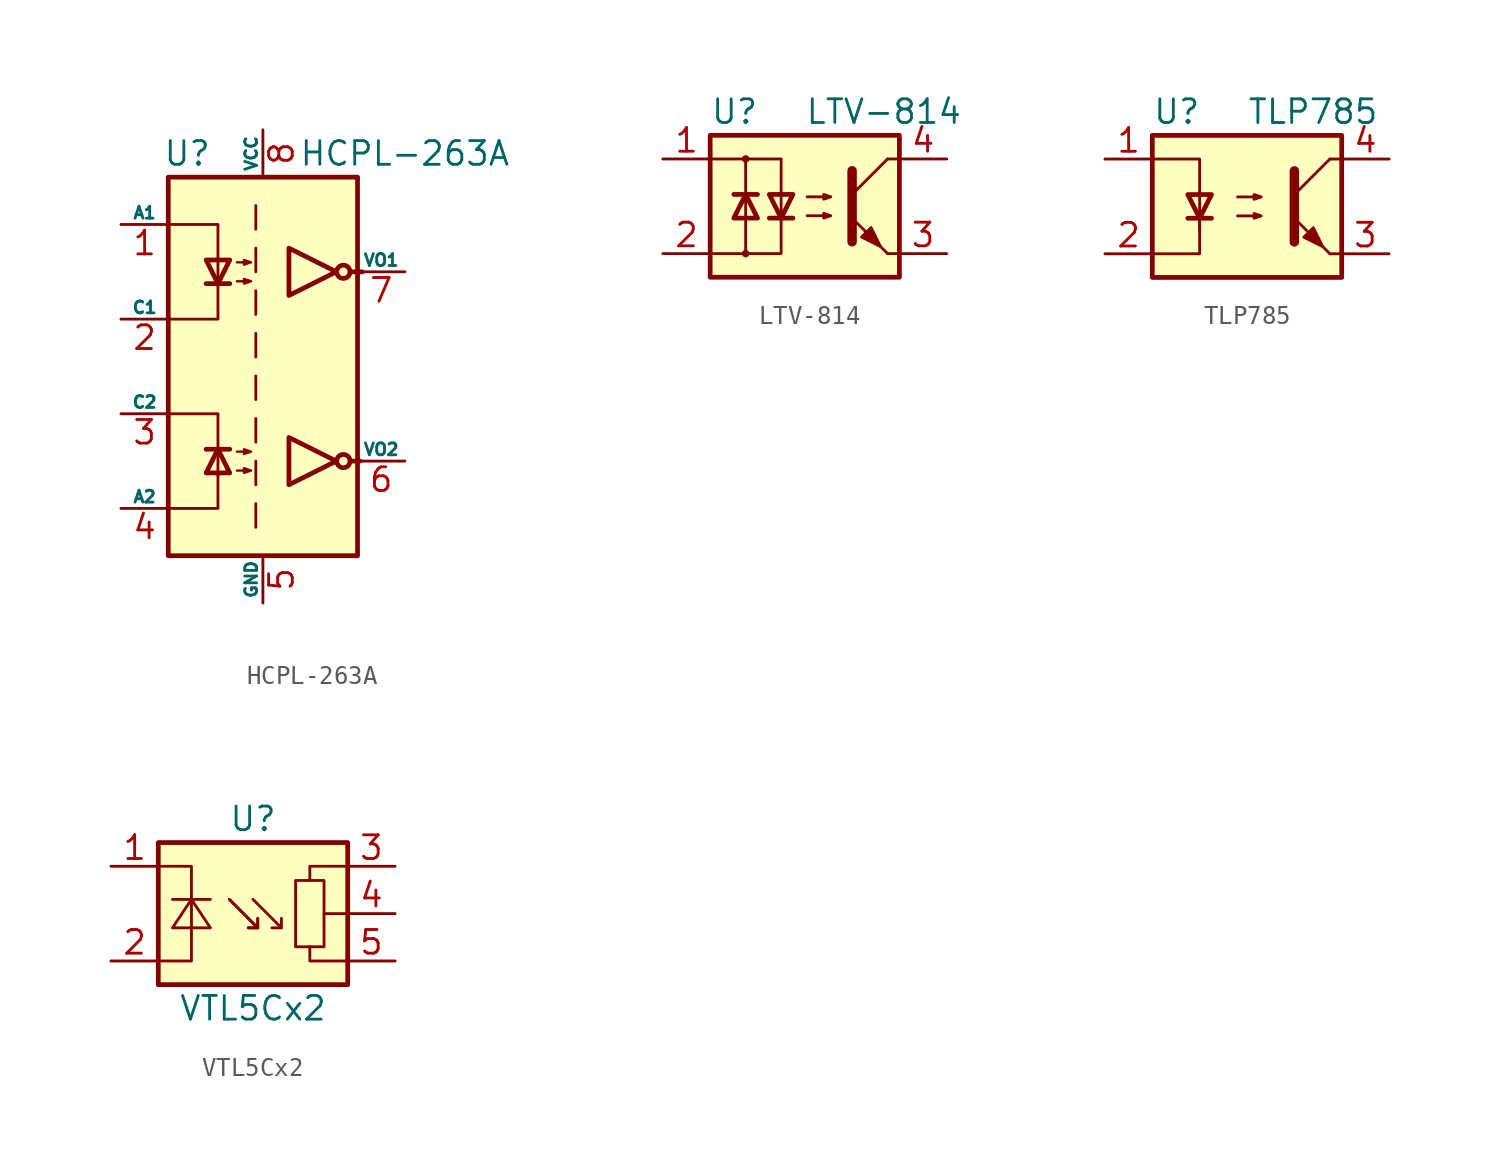
<source format=kicad_sym>
(kicad_symbol_lib
  (version 20201005)
  (generator kicad_symbol_editor)
  (symbol "Isolator_Optocoupler:HCPL-263A"
    (pin_names
      (offset 0))
    (property "Reference" "U"
      (at -4.064 11.43 0)
      (effects (font (size 1.27 1.27))))
    (property "Value" "HCPL-263A"
      (at 7.62 11.43 0)
      (effects (font (size 1.27 1.27))))
    (symbol "HCPL-263A_1_1"
      (circle (center 4.318 -5.08) (radius 0.356) (stroke (width 0.254)) (fill (type none)))
      (circle (center 4.318 5.08) (radius 0.356) (stroke (width 0.254)) (fill (type none)))
      (rectangle (start -5.08 10.16) (end 5.08 -10.16) (stroke (width 0.254)) (fill (type background)))
      (polyline (pts (xy -3.048 -4.445) (xy -1.778 -4.445)) (stroke (width 0.254)) (fill (type none)))
      (polyline (pts (xy -3.048 4.445) (xy -1.778 4.445)) (stroke (width 0.254)) (fill (type none)))
      (polyline (pts (xy -0.381 -7.366) (xy -0.381 -8.636)) (stroke (width 0)) (fill (type none)))
      (polyline (pts (xy -0.381 -5.08) (xy -0.381 -6.35)) (stroke (width 0)) (fill (type none)))
      (polyline (pts (xy -0.381 -2.794) (xy -0.381 -4.064)) (stroke (width 0)) (fill (type none)))
      (polyline (pts (xy -0.381 -0.508) (xy -0.381 -1.778)) (stroke (width 0)) (fill (type none)))
      (polyline (pts (xy -0.381 1.778) (xy -0.381 0.508)) (stroke (width 0)) (fill (type none)))
      (polyline (pts (xy -0.381 4.064) (xy -0.381 2.794)) (stroke (width 0)) (fill (type none)))
      (polyline (pts (xy -0.381 6.35) (xy -0.381 5.08)) (stroke (width 0)) (fill (type none)))
      (polyline (pts (xy -0.381 8.636) (xy -0.381 7.366)) (stroke (width 0)) (fill (type none)))
      (polyline (pts (xy 4.699 -5.08) (xy 5.207 -5.08)) (stroke (width 0.254)) (fill (type none)))
      (polyline (pts (xy 4.699 5.08) (xy 5.334 5.08)) (stroke (width 0.254)) (fill (type none)))
      (polyline (pts (xy -4.953 -7.62) (xy -2.413 -7.62) (xy -2.413 -5.715)) (stroke (width 0)) (fill (type none)))
      (polyline (pts (xy -4.953 7.62) (xy -2.413 7.62) (xy -2.413 4.318)) (stroke (width 0)) (fill (type none)))
      (polyline (pts (xy -2.413 -5.842) (xy -2.413 -2.54) (xy -4.953 -2.54)) (stroke (width 0)) (fill (type none)))
      (polyline (pts (xy -2.413 4.445) (xy -2.413 2.54) (xy -4.953 2.54)) (stroke (width 0)) (fill (type none)))
      (polyline (pts (xy -2.413 -4.445) (xy -3.048 -5.715) (xy -1.778 -5.715) (xy -2.413 -4.445)) (stroke (width 0.254)) (fill (type none)))
      (polyline (pts (xy -2.413 4.445) (xy -3.048 5.715) (xy -1.778 5.715) (xy -2.413 4.445)) (stroke (width 0.254)) (fill (type none)))
      (polyline (pts (xy 3.937 -5.08) (xy 1.397 -3.81) (xy 1.397 -6.35) (xy 3.937 -5.08)) (stroke (width 0.254)) (fill (type none)))
      (polyline (pts (xy 3.937 5.08) (xy 1.397 6.35) (xy 1.397 3.81) (xy 3.937 5.08)) (stroke (width 0.254)) (fill (type none)))
      (polyline (pts (xy -1.397 -5.588) (xy -0.635 -5.588) (xy -1.016 -5.715) (xy -1.016 -5.461) (xy -0.635 -5.588)) (stroke (width 0.127)) (fill (type none)))
      (polyline (pts (xy -1.397 -4.572) (xy -0.635 -4.572) (xy -1.016 -4.699) (xy -1.016 -4.445) (xy -0.635 -4.572)) (stroke (width 0.127)) (fill (type none)))
      (polyline (pts (xy -1.397 4.572) (xy -0.635 4.572) (xy -1.016 4.445) (xy -1.016 4.699) (xy -0.635 4.572)) (stroke (width 0.127)) (fill (type none)))
      (polyline (pts (xy -1.397 5.588) (xy -0.635 5.588) (xy -1.016 5.461) (xy -1.016 5.715) (xy -0.635 5.588)) (stroke (width 0.127)) (fill (type none)))
      (pin passive line (at -7.62 7.62 0) (length 2.54) (name "A1" (effects (font (size 0.635 0.635)))) (number "1" (effects (font (size 1.27 1.27)))))
      (pin passive line (at -7.62 2.54 0) (length 2.54) (name "C1" (effects (font (size 0.635 0.635)))) (number "2" (effects (font (size 1.27 1.27)))))
      (pin passive line (at -7.62 -2.54 0) (length 2.54) (name "C2" (effects (font (size 0.635 0.635)))) (number "3" (effects (font (size 1.27 1.27)))))
      (pin passive line (at -7.62 -7.62 0) (length 2.54) (name "A2" (effects (font (size 0.635 0.635)))) (number "4" (effects (font (size 1.27 1.27)))))
      (pin power_in line (at 0 -12.7 90) (length 2.54) (name "GND" (effects (font (size 0.635 0.635)))) (number "5" (effects (font (size 1.27 1.27)))))
      (pin open_collector line (at 7.62 -5.08 180) (length 2.54) (name "VO2" (effects (font (size 0.635 0.635)))) (number "6" (effects (font (size 1.27 1.27)))))
      (pin open_collector line (at 7.62 5.08 180) (length 2.54) (name "VO1" (effects (font (size 0.635 0.635)))) (number "7" (effects (font (size 1.27 1.27)))))
      (pin power_in line (at 0 12.7 270) (length 2.54) (name "VCC" (effects (font (size 0.635 0.635)))) (number "8" (effects (font (size 1.27 1.27)))))))
  (symbol "Isolator_Optocoupler:LTV-814"
    (property "Reference" "U"
      (at -5.08 5.08 0)
      (effects (font (size 1.27 1.27)) (justify left)))
    (property "Value" "LTV-814"
      (at 0 5.08 0)
      (effects (font (size 1.27 1.27)) (justify left)))
    (symbol "LTV-814_0_1"
      (circle (center -3.175 -2.54) (radius 0.127) (stroke (width 0)) (fill (type none)))
      (circle (center -3.175 2.54) (radius 0.127) (stroke (width 0)) (fill (type none)))
      (rectangle (start -5.08 3.81) (end 5.08 -3.81) (stroke (width 0.254)) (fill (type background)))
      (polyline (pts (xy -3.175 2.54) (xy -3.175 -2.54)) (stroke (width 0)) (fill (type none)))
      (polyline (pts (xy -1.905 -0.635) (xy -0.635 -0.635)) (stroke (width 0.254)) (fill (type none)))
      (polyline (pts (xy 2.54 0.635) (xy 4.445 2.54)) (stroke (width 0)) (fill (type none)))
      (polyline (pts (xy 4.445 -2.54) (xy 5.08 -2.54)) (stroke (width 0)) (fill (type none)))
      (polyline (pts (xy 4.445 2.54) (xy 5.08 2.54)) (stroke (width 0)) (fill (type none)))
      (polyline (pts (xy -5.08 2.54) (xy -1.27 2.54) (xy -1.27 -0.762)) (stroke (width 0)) (fill (type none)))
      (polyline (pts (xy -1.27 -0.635) (xy -1.27 -2.54) (xy -5.08 -2.54)) (stroke (width 0)) (fill (type none)))
      (polyline (pts (xy 2.54 1.905) (xy 2.54 -1.905) (xy 2.54 -1.905)) (stroke (width 0.508)) (fill (type none)))
      (polyline (pts (xy -1.27 -0.635) (xy -1.905 0.635) (xy -0.635 0.635) (xy -1.27 -0.635)) (stroke (width 0.254)) (fill (type none)))
      (polyline (pts (xy 0.127 -0.508) (xy 1.397 -0.508) (xy 1.016 -0.635) (xy 1.016 -0.381) (xy 1.397 -0.508)) (stroke (width 0)) (fill (type none)))
      (polyline (pts (xy 0.127 0.508) (xy 1.397 0.508) (xy 1.016 0.381) (xy 1.016 0.635) (xy 1.397 0.508)) (stroke (width 0)) (fill (type none)))
      (polyline (pts (xy 4.445 -2.54) (xy 2.54 -0.635)) (stroke (width 0)) (fill (type outline)))
      (polyline (pts (xy 3.048 -1.651) (xy 3.556 -1.143) (xy 4.064 -2.159) (xy 3.048 -1.651) (xy 3.048 -1.651)) (stroke (width 0)) (fill (type outline))))
    (symbol "LTV-814_1_1"
      (polyline (pts (xy -3.81 0.635) (xy -2.54 0.635)) (stroke (width 0.254)) (fill (type none)))
      (polyline (pts (xy -3.175 0.635) (xy -3.81 -0.635) (xy -2.54 -0.635) (xy -3.175 0.635)) (stroke (width 0.254)) (fill (type none)))
      (pin passive line (at -7.62 2.54 0) (length 2.54) (name "~" (effects (font (size 1.27 1.27)))) (number "1" (effects (font (size 1.27 1.27)))))
      (pin passive line (at -7.62 -2.54 0) (length 2.54) (name "~" (effects (font (size 1.27 1.27)))) (number "2" (effects (font (size 1.27 1.27)))))
      (pin passive line (at 7.62 -2.54 180) (length 2.54) (name "~" (effects (font (size 1.27 1.27)))) (number "3" (effects (font (size 1.27 1.27)))))
      (pin passive line (at 7.62 2.54 180) (length 2.54) (name "~" (effects (font (size 1.27 1.27)))) (number "4" (effects (font (size 1.27 1.27)))))))
  (symbol "Isolator_Optocoupler:TLP785"
    (property "Reference" "U"
      (at -5.08 5.08 0)
      (effects (font (size 1.27 1.27)) (justify left)))
    (property "Value" "TLP785"
      (at 0 5.08 0)
      (effects (font (size 1.27 1.27)) (justify left)))
    (symbol "TLP785_0_1"
      (rectangle (start -5.08 3.81) (end 5.08 -3.81) (stroke (width 0.254)) (fill (type background)))
      (polyline (pts (xy -3.175 -0.635) (xy -1.905 -0.635)) (stroke (width 0.254)) (fill (type none)))
      (polyline (pts (xy 2.54 0.635) (xy 4.445 2.54)) (stroke (width 0)) (fill (type none)))
      (polyline (pts (xy 4.445 -2.54) (xy 5.08 -2.54)) (stroke (width 0)) (fill (type none)))
      (polyline (pts (xy 4.445 2.54) (xy 5.08 2.54)) (stroke (width 0)) (fill (type none)))
      (polyline (pts (xy -2.54 -0.635) (xy -2.54 -2.54) (xy -5.08 -2.54)) (stroke (width 0)) (fill (type none)))
      (polyline (pts (xy 2.54 1.905) (xy 2.54 -1.905) (xy 2.54 -1.905)) (stroke (width 0.508)) (fill (type none)))
      (polyline (pts (xy -5.08 2.54) (xy -2.54 2.54) (xy -2.54 -1.27) (xy -2.54 0.635)) (stroke (width 0)) (fill (type none)))
      (polyline (pts (xy -2.54 -0.635) (xy -3.175 0.635) (xy -1.905 0.635) (xy -2.54 -0.635)) (stroke (width 0.254)) (fill (type none)))
      (polyline (pts (xy -0.508 -0.508) (xy 0.762 -0.508) (xy 0.381 -0.635) (xy 0.381 -0.381) (xy 0.762 -0.508)) (stroke (width 0)) (fill (type none)))
      (polyline (pts (xy -0.508 0.508) (xy 0.762 0.508) (xy 0.381 0.381) (xy 0.381 0.635) (xy 0.762 0.508)) (stroke (width 0)) (fill (type none)))
      (polyline (pts (xy 4.445 -2.54) (xy 2.54 -0.635)) (stroke (width 0)) (fill (type outline)))
      (polyline (pts (xy 3.048 -1.651) (xy 3.556 -1.143) (xy 4.064 -2.159) (xy 3.048 -1.651) (xy 3.048 -1.651)) (stroke (width 0)) (fill (type outline))))
    (symbol "TLP785_1_1"
      (pin passive line (at -7.62 2.54 0) (length 2.54) (name "~" (effects (font (size 1.27 1.27)))) (number "1" (effects (font (size 1.27 1.27)))))
      (pin passive line (at -7.62 -2.54 0) (length 2.54) (name "~" (effects (font (size 1.27 1.27)))) (number "2" (effects (font (size 1.27 1.27)))))
      (pin passive line (at 7.62 -2.54 180) (length 2.54) (name "~" (effects (font (size 1.27 1.27)))) (number "3" (effects (font (size 1.27 1.27)))))
      (pin passive line (at 7.62 2.54 180) (length 2.54) (name "~" (effects (font (size 1.27 1.27)))) (number "4" (effects (font (size 1.27 1.27)))))))
  (symbol "Isolator_Optocoupler:VTL5Cx2"
    (pin_names hide)
    (property "Reference" "U"
      (at 0 5.08 0)
      (effects (font (size 1.27 1.27))))
    (property "Value" "VTL5Cx2"
      (at 0 -5.08 0)
      (effects (font (size 1.27 1.27))))
    (symbol "VTL5Cx2_0_1"
      (rectangle (start 2.286 1.778) (end 3.81 -1.778) (stroke (width 0)) (fill (type none)))
      (rectangle (start -5.08 3.81) (end 5.08 -3.81) (stroke (width 0.254)) (fill (type background)))
      (polyline (pts (xy -4.318 0.762) (xy -2.286 0.762)) (stroke (width 0)) (fill (type none)))
      (polyline (pts (xy -1.27 0.762) (xy 0.254 -0.762)) (stroke (width 0)) (fill (type none)))
      (polyline (pts (xy -1.27 0.762) (xy 0.254 -0.762)) (stroke (width 0)) (fill (type none)))
      (polyline (pts (xy 0 0.762) (xy 1.524 -0.762)) (stroke (width 0)) (fill (type none)))
      (polyline (pts (xy 5.08 0) (xy 3.81 0)) (stroke (width 0)) (fill (type none)))
      (polyline (pts (xy 0.254 -0.254) (xy 0.254 -0.762) (xy -0.254 -0.762)) (stroke (width 0)) (fill (type none)))
      (polyline (pts (xy 0.254 -0.254) (xy 0.254 -0.762) (xy -0.254 -0.762)) (stroke (width 0)) (fill (type none)))
      (polyline (pts (xy 1.524 -0.254) (xy 1.524 -0.762) (xy 1.016 -0.762)) (stroke (width 0)) (fill (type none)))
      (polyline (pts (xy 3.048 -1.778) (xy 3.048 -2.54) (xy 5.08 -2.54)) (stroke (width 0)) (fill (type none)))
      (polyline (pts (xy 3.048 1.778) (xy 3.048 2.54) (xy 5.08 2.54)) (stroke (width 0)) (fill (type none)))
      (polyline (pts (xy -5.08 -2.54) (xy -3.302 -2.54) (xy -3.302 2.54) (xy -5.08 2.54)) (stroke (width 0)) (fill (type none))))
    (symbol "VTL5Cx2_1_1"
      (polyline (pts (xy -4.318 -0.762) (xy -3.302 0.762) (xy -2.286 -0.762) (xy -4.318 -0.762)) (stroke (width 0)) (fill (type none)))
      (pin passive line (at -7.62 2.54 0) (length 2.54) (name "-" (effects (font (size 1.27 1.27)))) (number "1" (effects (font (size 1.27 1.27)))))
      (pin passive line (at -7.62 -2.54 0) (length 2.54) (name "+" (effects (font (size 1.27 1.27)))) (number "2" (effects (font (size 1.27 1.27)))))
      (pin passive line (at 7.62 2.54 180) (length 2.54) (name "~" (effects (font (size 1.27 1.27)))) (number "3" (effects (font (size 1.27 1.27)))))
      (pin passive line (at 7.62 0 180) (length 2.54) (name "~" (effects (font (size 1.27 1.27)))) (number "4" (effects (font (size 1.27 1.27)))))
      (pin passive line (at 7.62 -2.54 180) (length 2.54) (name "~" (effects (font (size 1.27 1.27)))) (number "5" (effects (font (size 1.27 1.27))))))))
</source>
